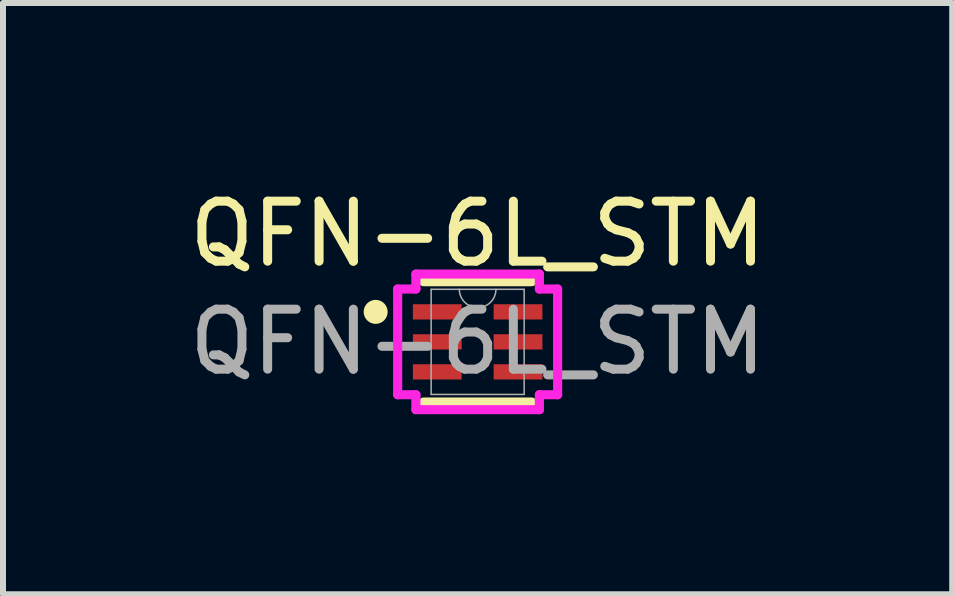
<source format=kicad_pcb>
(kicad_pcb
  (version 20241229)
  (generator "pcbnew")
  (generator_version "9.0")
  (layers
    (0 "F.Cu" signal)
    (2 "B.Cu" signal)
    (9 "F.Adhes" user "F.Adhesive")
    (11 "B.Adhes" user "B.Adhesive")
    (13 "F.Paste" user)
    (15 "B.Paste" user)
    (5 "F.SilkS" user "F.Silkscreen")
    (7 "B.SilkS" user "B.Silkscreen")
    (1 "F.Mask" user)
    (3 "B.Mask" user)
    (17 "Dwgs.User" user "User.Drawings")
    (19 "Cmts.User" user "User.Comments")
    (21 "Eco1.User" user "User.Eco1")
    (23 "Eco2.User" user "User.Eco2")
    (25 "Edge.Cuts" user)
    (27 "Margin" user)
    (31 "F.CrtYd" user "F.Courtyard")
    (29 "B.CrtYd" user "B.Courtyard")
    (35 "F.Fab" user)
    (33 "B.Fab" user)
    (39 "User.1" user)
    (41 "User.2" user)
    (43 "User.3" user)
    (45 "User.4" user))
  (footprint "QFN-6L_STM"
    (layer "F.Cu")
    (at 4.911 2.648)
    (property "Reference" "QFN-6L_STM" (at 0 -1.8 0) (unlocked yes) (layer "F.SilkS") (effects (font (size 1 1) (thickness 0.15))))
    (attr smd)
    (fp_line (start -0.902 1.003) (end 0.902 1.003) (stroke (width 0.152) (type solid)) (layer "F.SilkS"))
    (fp_line (start 0.902 -1.003) (end -0.902 -1.003) (stroke (width 0.152) (type solid)) (layer "F.SilkS"))
    (fp_circle (center -1.7 -0.5) (end -1.6 -0.5) (stroke (width 0.2) (type solid)) (fill no) (layer "F.SilkS"))
    (fp_line (start -1.333 -0.881) (end -1.029 -0.881) (stroke (width 0.152) (type solid)) (layer "F.CrtYd"))
    (fp_line (start -1.333 0.881) (end -1.333 -0.881) (stroke (width 0.152) (type solid)) (layer "F.CrtYd"))
    (fp_line (start -1.333 0.881) (end -1.029 0.881) (stroke (width 0.152) (type solid)) (layer "F.CrtYd"))
    (fp_line (start -1.029 -1.13) (end 1.029 -1.13) (stroke (width 0.152) (type solid)) (layer "F.CrtYd"))
    (fp_line (start -1.029 -0.881) (end -1.029 -1.13) (stroke (width 0.152) (type solid)) (layer "F.CrtYd"))
    (fp_line (start -1.029 1.13) (end -1.029 0.881) (stroke (width 0.152) (type solid)) (layer "F.CrtYd"))
    (fp_line (start 1.029 -1.13) (end 1.029 -0.881) (stroke (width 0.152) (type solid)) (layer "F.CrtYd"))
    (fp_line (start 1.029 0.881) (end 1.029 1.13) (stroke (width 0.152) (type solid)) (layer "F.CrtYd"))
    (fp_line (start 1.029 1.13) (end -1.029 1.13) (stroke (width 0.152) (type solid)) (layer "F.CrtYd"))
    (fp_line (start 1.333 -0.881) (end 1.029 -0.881) (stroke (width 0.152) (type solid)) (layer "F.CrtYd"))
    (fp_line (start 1.333 -0.881) (end 1.333 0.881) (stroke (width 0.152) (type solid)) (layer "F.CrtYd"))
    (fp_line (start 1.333 0.881) (end 1.029 0.881) (stroke (width 0.152) (type solid)) (layer "F.CrtYd"))
    (fp_line (start -0.775 -0.876) (end -0.775 0.876) (stroke (width 0.025) (type solid)) (layer "F.Fab"))
    (fp_line (start -0.775 0.876) (end 0.775 0.876) (stroke (width 0.025) (type solid)) (layer "F.Fab"))
    (fp_line (start 0.775 -0.876) (end -0.775 -0.876) (stroke (width 0.025) (type solid)) (layer "F.Fab"))
    (fp_line (start 0.775 0.876) (end 0.775 -0.876) (stroke (width 0.025) (type solid)) (layer "F.Fab"))
    (fp_arc (start 0.3048 -0.8763) (mid 0 -0.5715) (end -0.3048 -0.8763) (stroke (width 0.0254) (type solid)) (layer "F.Fab"))
    (fp_text user "${REFERENCE}" (at 0 0 0) (unlocked yes) (layer "F.Fab") (effects (font (size 1 1) (thickness 0.15))))
    (pad "1" smd rect (at -0.673 -0.5) (size 0.813 0.254) (layers "F.Cu" "F.Mask" "F.Paste"))
    (pad "2" smd rect (at -0.673 0) (size 0.813 0.254) (layers "F.Cu" "F.Mask" "F.Paste"))
    (pad "3" smd rect (at -0.673 0.5) (size 0.813 0.254) (layers "F.Cu" "F.Mask" "F.Paste"))
    (pad "4" smd rect (at 0.673 0.5) (size 0.813 0.254) (layers "F.Cu" "F.Mask" "F.Paste"))
    (pad "5" smd rect (at 0.673 0) (size 0.813 0.254) (layers "F.Cu" "F.Mask" "F.Paste"))
    (pad "6" smd rect (at 0.673 -0.5) (size 0.813 0.254) (layers "F.Cu" "F.Mask" "F.Paste")))
  (gr_rect
    (start -3 -3)
    (end 12.821 6.855)
    (stroke (width 0.1) (type default))
    (fill no)
    (layer "Edge.Cuts")))
</source>
